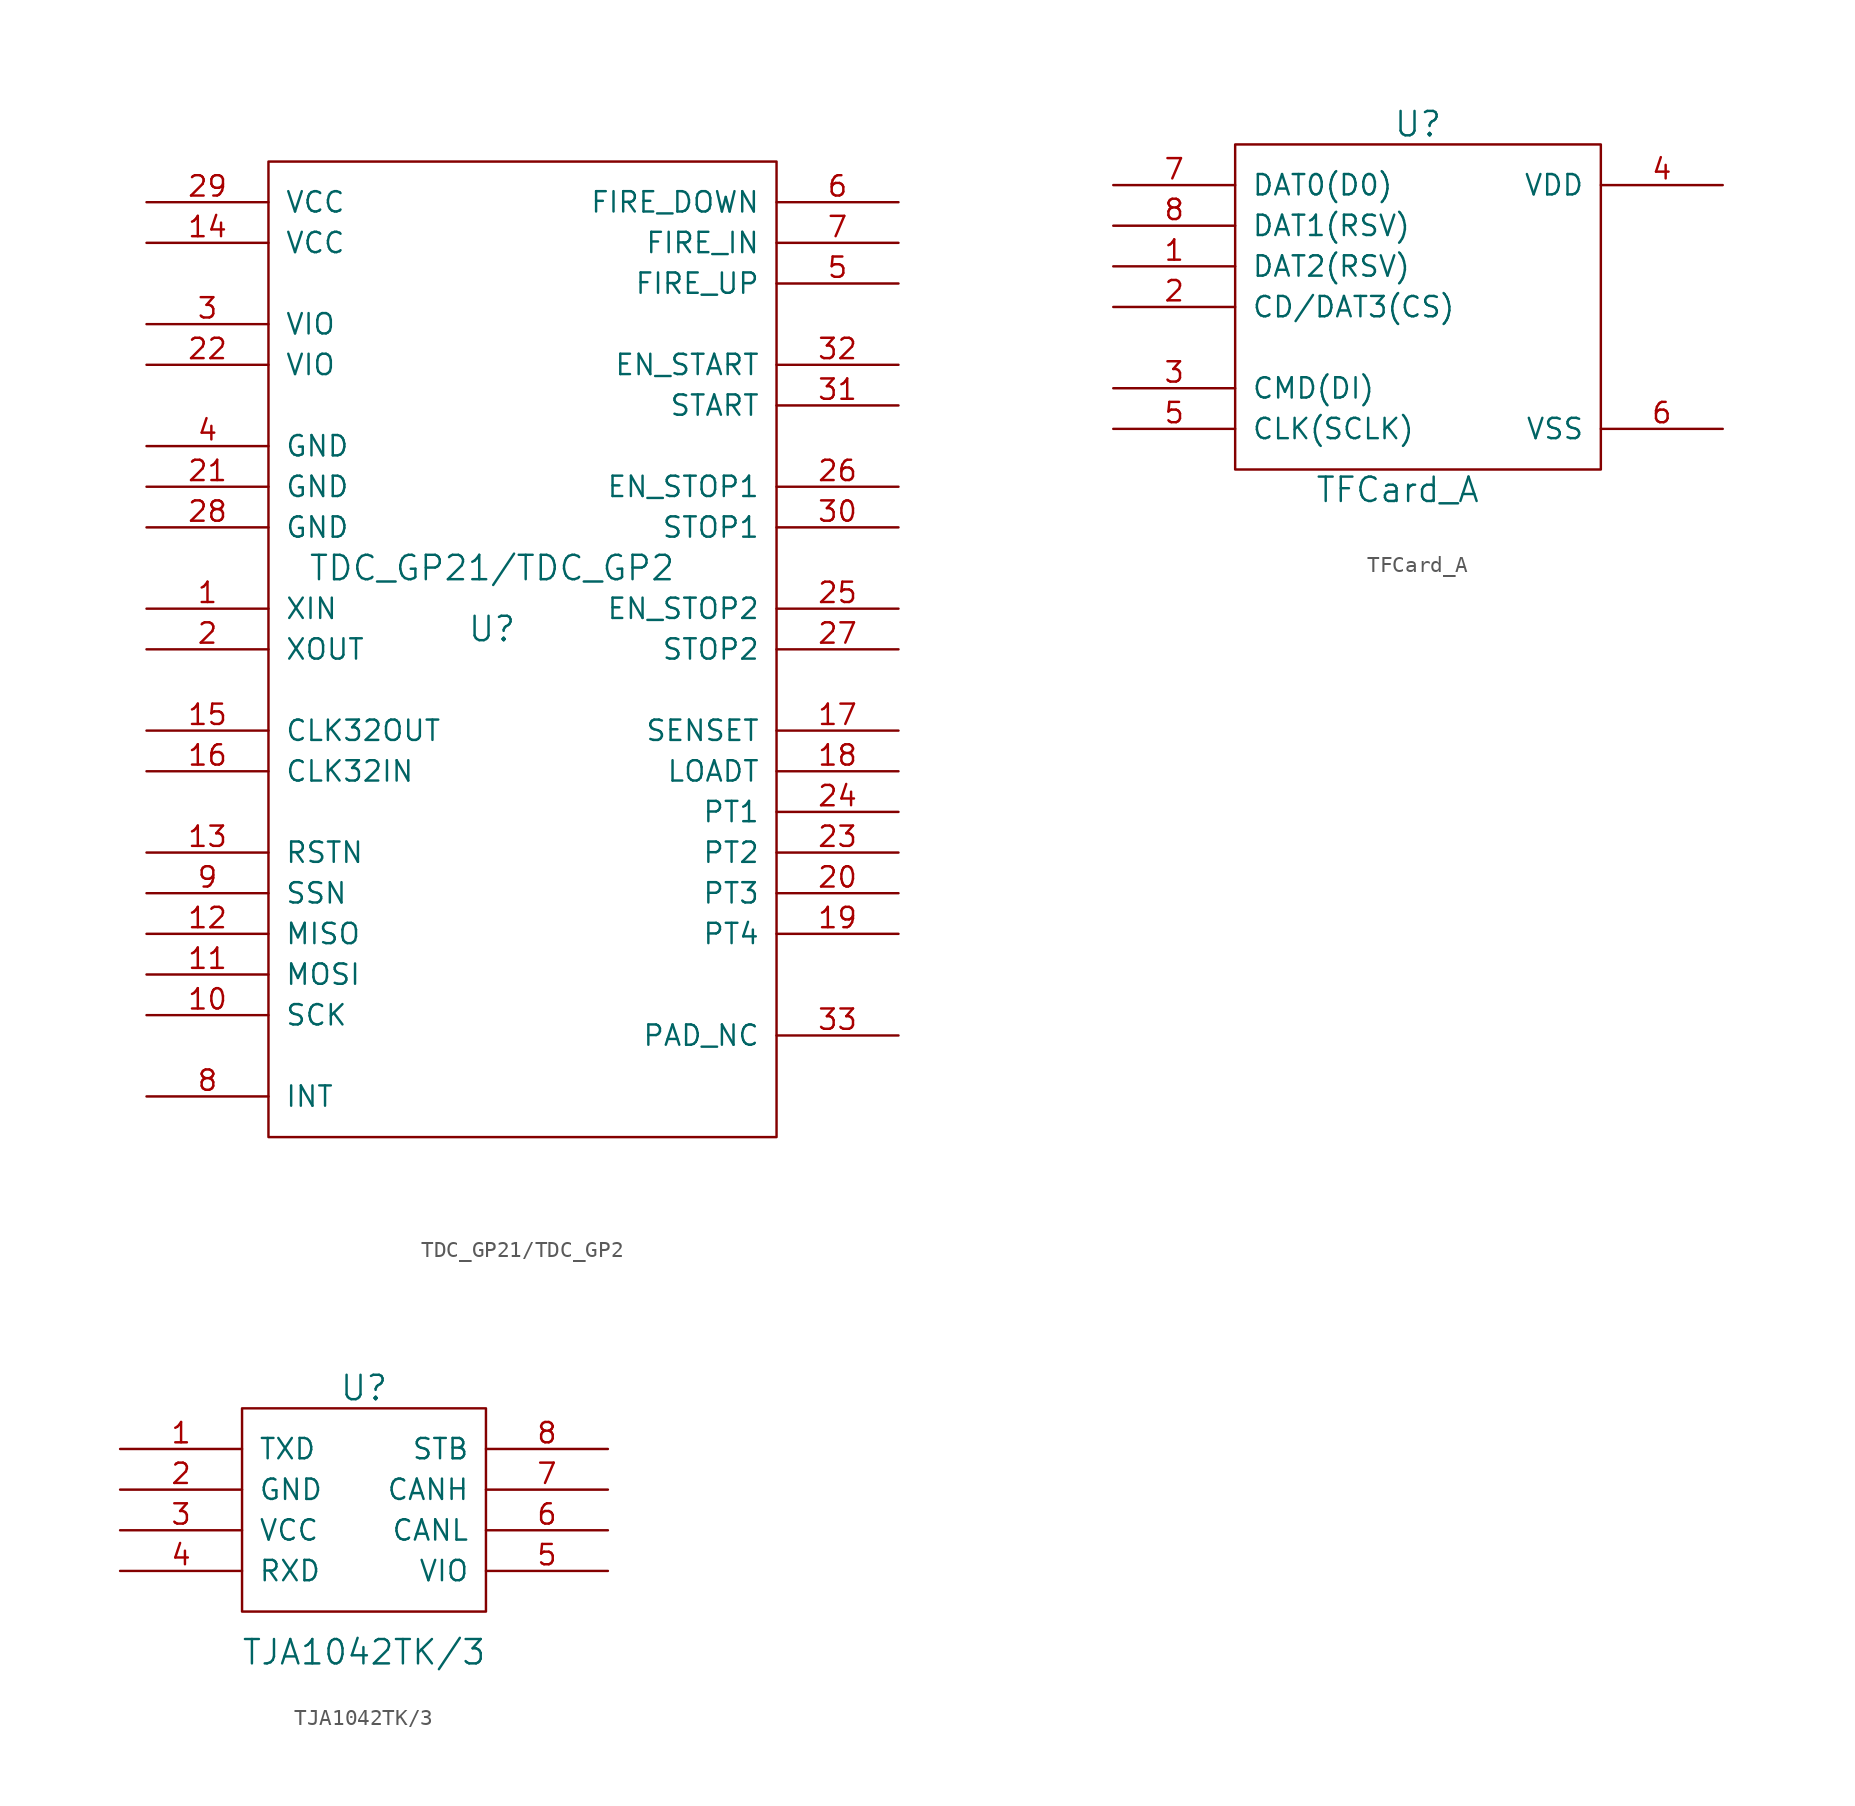
<source format=kicad_sym>
(kicad_symbol_lib
  (version 20231120)
  (generator "kicad_symbol_editor")
  (generator_version "8.0")
  (symbol "TDC_GP21/TDC_GP2"
    (pin_names
      (offset 1.016))
    (property "Reference" "U"
      (at 0 -3.81 0)
      (effects (font (size 1.524 1.524))))
    (property "Value" "TDC_GP21/TDC_GP2"
      (at 0 0 0)
      (effects (font (size 1.524 1.524))))
    (property "Footprint" ""
      (at 0 0 0)
      (effects (font (size 1.524 1.524))))
    (property "Datasheet" ""
      (at 0 0 0)
      (effects (font (size 1.524 1.524))))
    (symbol "TDC_GP21/TDC_GP2_0_1"
      (rectangle (start -13.97 -35.56) (end 17.78 25.4) (stroke (width 0) (type solid)) (fill (type none))))
    (symbol "TDC_GP21/TDC_GP2_1_1"
      (pin input line (at -21.59 -2.54 0) (length 7.62) (name "XIN" (effects (font (size 1.27 1.27)))) (number "1" (effects (font (size 1.27 1.27)))))
      (pin input line (at -21.59 -27.94 0) (length 7.62) (name "SCK" (effects (font (size 1.27 1.27)))) (number "10" (effects (font (size 1.27 1.27)))))
      (pin input line (at -21.59 -25.4 0) (length 7.62) (name "MOSI" (effects (font (size 1.27 1.27)))) (number "11" (effects (font (size 1.27 1.27)))))
      (pin input line (at -21.59 -22.86 0) (length 7.62) (name "MISO" (effects (font (size 1.27 1.27)))) (number "12" (effects (font (size 1.27 1.27)))))
      (pin input line (at -21.59 -17.78 0) (length 7.62) (name "RSTN" (effects (font (size 1.27 1.27)))) (number "13" (effects (font (size 1.27 1.27)))))
      (pin input line (at -21.59 20.32 0) (length 7.62) (name "VCC" (effects (font (size 1.27 1.27)))) (number "14" (effects (font (size 1.27 1.27)))))
      (pin input line (at -21.59 -10.16 0) (length 7.62) (name "CLK32OUT" (effects (font (size 1.27 1.27)))) (number "15" (effects (font (size 1.27 1.27)))))
      (pin input line (at -21.59 -12.7 0) (length 7.62) (name "CLK32IN" (effects (font (size 1.27 1.27)))) (number "16" (effects (font (size 1.27 1.27)))))
      (pin input line (at 25.4 -10.16 180) (length 7.62) (name "SENSET" (effects (font (size 1.27 1.27)))) (number "17" (effects (font (size 1.27 1.27)))))
      (pin input line (at 25.4 -12.7 180) (length 7.62) (name "LOADT" (effects (font (size 1.27 1.27)))) (number "18" (effects (font (size 1.27 1.27)))))
      (pin input line (at 25.4 -22.86 180) (length 7.62) (name "PT4" (effects (font (size 1.27 1.27)))) (number "19" (effects (font (size 1.27 1.27)))))
      (pin input line (at -21.59 -5.08 0) (length 7.62) (name "XOUT" (effects (font (size 1.27 1.27)))) (number "2" (effects (font (size 1.27 1.27)))))
      (pin input line (at 25.4 -20.32 180) (length 7.62) (name "PT3" (effects (font (size 1.27 1.27)))) (number "20" (effects (font (size 1.27 1.27)))))
      (pin input line (at -21.59 5.08 0) (length 7.62) (name "GND" (effects (font (size 1.27 1.27)))) (number "21" (effects (font (size 1.27 1.27)))))
      (pin input line (at -21.59 12.7 0) (length 7.62) (name "VIO" (effects (font (size 1.27 1.27)))) (number "22" (effects (font (size 1.27 1.27)))))
      (pin input line (at 25.4 -17.78 180) (length 7.62) (name "PT2" (effects (font (size 1.27 1.27)))) (number "23" (effects (font (size 1.27 1.27)))))
      (pin input line (at 25.4 -15.24 180) (length 7.62) (name "PT1" (effects (font (size 1.27 1.27)))) (number "24" (effects (font (size 1.27 1.27)))))
      (pin input line (at 25.4 -2.54 180) (length 7.62) (name "EN_STOP2" (effects (font (size 1.27 1.27)))) (number "25" (effects (font (size 1.27 1.27)))))
      (pin input line (at 25.4 5.08 180) (length 7.62) (name "EN_STOP1" (effects (font (size 1.27 1.27)))) (number "26" (effects (font (size 1.27 1.27)))))
      (pin input line (at 25.4 -5.08 180) (length 7.62) (name "STOP2" (effects (font (size 1.27 1.27)))) (number "27" (effects (font (size 1.27 1.27)))))
      (pin input line (at -21.59 2.54 0) (length 7.62) (name "GND" (effects (font (size 1.27 1.27)))) (number "28" (effects (font (size 1.27 1.27)))))
      (pin input line (at -21.59 22.86 0) (length 7.62) (name "VCC" (effects (font (size 1.27 1.27)))) (number "29" (effects (font (size 1.27 1.27)))))
      (pin input line (at -21.59 15.24 0) (length 7.62) (name "VIO" (effects (font (size 1.27 1.27)))) (number "3" (effects (font (size 1.27 1.27)))))
      (pin input line (at 25.4 2.54 180) (length 7.62) (name "STOP1" (effects (font (size 1.27 1.27)))) (number "30" (effects (font (size 1.27 1.27)))))
      (pin input line (at 25.4 10.16 180) (length 7.62) (name "START" (effects (font (size 1.27 1.27)))) (number "31" (effects (font (size 1.27 1.27)))))
      (pin input line (at 25.4 12.7 180) (length 7.62) (name "EN_START" (effects (font (size 1.27 1.27)))) (number "32" (effects (font (size 1.27 1.27)))))
      (pin input line (at 25.4 -29.21 180) (length 7.62) (name "PAD_NC" (effects (font (size 1.27 1.27)))) (number "33" (effects (font (size 1.27 1.27)))))
      (pin input line (at -21.59 7.62 0) (length 7.62) (name "GND" (effects (font (size 1.27 1.27)))) (number "4" (effects (font (size 1.27 1.27)))))
      (pin input line (at 25.4 17.78 180) (length 7.62) (name "FIRE_UP" (effects (font (size 1.27 1.27)))) (number "5" (effects (font (size 1.27 1.27)))))
      (pin input line (at 25.4 22.86 180) (length 7.62) (name "FIRE_DOWN" (effects (font (size 1.27 1.27)))) (number "6" (effects (font (size 1.27 1.27)))))
      (pin input line (at 25.4 20.32 180) (length 7.62) (name "FIRE_IN" (effects (font (size 1.27 1.27)))) (number "7" (effects (font (size 1.27 1.27)))))
      (pin input line (at -21.59 -33.02 0) (length 7.62) (name "INT" (effects (font (size 1.27 1.27)))) (number "8" (effects (font (size 1.27 1.27)))))
      (pin input line (at -21.59 -20.32 0) (length 7.62) (name "SSN" (effects (font (size 1.27 1.27)))) (number "9" (effects (font (size 1.27 1.27)))))))
  (symbol "TFCard_A"
    (pin_names
      (offset 1.016))
    (property "Reference" "U"
      (at 0 11.43 0)
      (effects (font (size 1.524 1.524))))
    (property "Value" "TFCard_A"
      (at -1.27 -11.43 0)
      (effects (font (size 1.524 1.524))))
    (property "Footprint" ""
      (at 0 0 0)
      (effects (font (size 1.524 1.524))))
    (property "Datasheet" ""
      (at 0 0 0)
      (effects (font (size 1.524 1.524))))
    (symbol "TFCard_A_0_1"
      (rectangle (start -11.43 10.16) (end 11.43 -10.16) (stroke (width 0) (type solid)) (fill (type none))))
    (symbol "TFCard_A_1_1"
      (pin bidirectional line (at -19.05 2.54 0) (length 7.62) (name "DAT2(RSV)" (effects (font (size 1.27 1.27)))) (number "1" (effects (font (size 1.27 1.27)))))
      (pin bidirectional line (at -19.05 0 0) (length 7.62) (name "CD/DAT3(CS)" (effects (font (size 1.27 1.27)))) (number "2" (effects (font (size 1.27 1.27)))))
      (pin input line (at -19.05 -5.08 0) (length 7.62) (name "CMD(DI)" (effects (font (size 1.27 1.27)))) (number "3" (effects (font (size 1.27 1.27)))))
      (pin input line (at 19.05 7.62 180) (length 7.62) (name "VDD" (effects (font (size 1.27 1.27)))) (number "4" (effects (font (size 1.27 1.27)))))
      (pin input line (at -19.05 -7.62 0) (length 7.62) (name "CLK(SCLK)" (effects (font (size 1.27 1.27)))) (number "5" (effects (font (size 1.27 1.27)))))
      (pin input line (at 19.05 -7.62 180) (length 7.62) (name "VSS" (effects (font (size 1.27 1.27)))) (number "6" (effects (font (size 1.27 1.27)))))
      (pin bidirectional line (at -19.05 7.62 0) (length 7.62) (name "DAT0(D0)" (effects (font (size 1.27 1.27)))) (number "7" (effects (font (size 1.27 1.27)))))
      (pin bidirectional line (at -19.05 5.08 0) (length 7.62) (name "DAT1(RSV)" (effects (font (size 1.27 1.27)))) (number "8" (effects (font (size 1.27 1.27)))))))
  (symbol "TJA1042TK/3"
    (pin_names
      (offset 1.016))
    (property "Reference" "U"
      (at 0 7.62 0)
      (effects (font (size 1.524 1.524))))
    (property "Value" "TJA1042TK/3"
      (at 0 -8.89 0)
      (effects (font (size 1.524 1.524))))
    (property "Footprint" ""
      (at 0 0 0)
      (effects (font (size 1.524 1.524))))
    (property "Datasheet" ""
      (at 0 0 0)
      (effects (font (size 1.524 1.524))))
    (symbol "TJA1042TK/3_0_1"
      (rectangle (start -7.62 6.35) (end 7.62 -6.35) (stroke (width 0) (type solid)) (fill (type none))))
    (symbol "TJA1042TK/3_1_1"
      (pin input line (at -15.24 3.81 0) (length 7.62) (name "TXD" (effects (font (size 1.27 1.27)))) (number "1" (effects (font (size 1.27 1.27)))))
      (pin power_in line (at -15.24 1.27 0) (length 7.62) (name "GND" (effects (font (size 1.27 1.27)))) (number "2" (effects (font (size 1.27 1.27)))))
      (pin power_in line (at -15.24 -1.27 0) (length 7.62) (name "VCC" (effects (font (size 1.27 1.27)))) (number "3" (effects (font (size 1.27 1.27)))))
      (pin output line (at -15.24 -3.81 0) (length 7.62) (name "RXD" (effects (font (size 1.27 1.27)))) (number "4" (effects (font (size 1.27 1.27)))))
      (pin input line (at 15.24 -3.81 180) (length 7.62) (name "VIO" (effects (font (size 1.27 1.27)))) (number "5" (effects (font (size 1.27 1.27)))))
      (pin bidirectional line (at 15.24 -1.27 180) (length 7.62) (name "CANL" (effects (font (size 1.27 1.27)))) (number "6" (effects (font (size 1.27 1.27)))))
      (pin bidirectional line (at 15.24 1.27 180) (length 7.62) (name "CANH" (effects (font (size 1.27 1.27)))) (number "7" (effects (font (size 1.27 1.27)))))
      (pin input line (at 15.24 3.81 180) (length 7.62) (name "STB" (effects (font (size 1.27 1.27)))) (number "8" (effects (font (size 1.27 1.27))))))))
</source>
